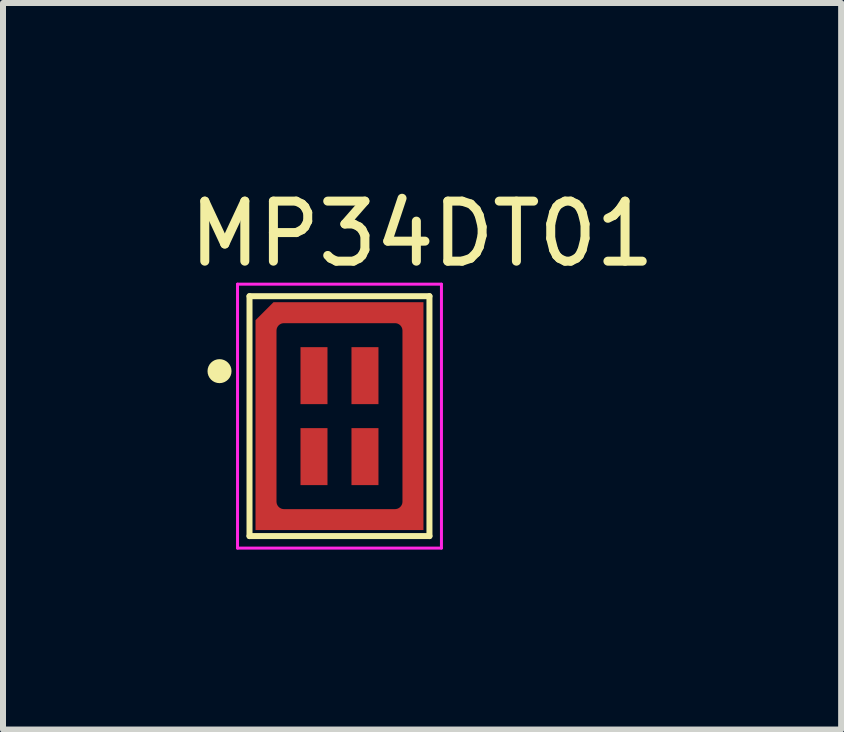
<source format=kicad_pcb>
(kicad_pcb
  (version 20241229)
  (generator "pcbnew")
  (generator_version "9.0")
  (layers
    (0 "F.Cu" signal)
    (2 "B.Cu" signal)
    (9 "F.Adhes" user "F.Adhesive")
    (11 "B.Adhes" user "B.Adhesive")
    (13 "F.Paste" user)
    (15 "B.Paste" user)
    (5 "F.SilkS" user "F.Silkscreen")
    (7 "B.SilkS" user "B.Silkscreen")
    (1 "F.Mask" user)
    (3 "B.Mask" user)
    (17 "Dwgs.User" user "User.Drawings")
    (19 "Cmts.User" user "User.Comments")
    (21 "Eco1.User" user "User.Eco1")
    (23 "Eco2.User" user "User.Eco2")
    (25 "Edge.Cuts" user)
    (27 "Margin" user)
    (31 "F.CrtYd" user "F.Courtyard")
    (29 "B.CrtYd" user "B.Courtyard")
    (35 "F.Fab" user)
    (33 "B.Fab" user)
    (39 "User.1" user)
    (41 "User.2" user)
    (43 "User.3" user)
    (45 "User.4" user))
  (footprint "MP34DT01"
    (layer "F.Cu")
    (at 2.61 3.888)
    (property "Reference" "MP34DT01" (at 1.377 -3.039 0) (layer "F.SilkS") (effects (font (size 1.001 1.001) (thickness 0.15))))
    (attr smd)
    (fp_poly (pts (xy -1.1 -1.9) (xy 1.4 -1.9) (xy 1.4 1.9) (xy 0 1.9) (xy 0 1.55) (xy 0.925 1.55) (xy 0.932 1.55) (xy 0.938 1.549) (xy 0.945 1.548) (xy 0.951 1.547) (xy 0.957 1.546) (xy 0.964 1.544) (xy 0.97 1.542) (xy 0.976 1.539) (xy 0.982 1.536) (xy 0.988 1.533) (xy 0.993 1.53) (xy 0.998 1.526) (xy 1.004 1.522) (xy 1.009 1.518) (xy 1.013 1.513) (xy 1.018 1.509) (xy 1.022 1.504) (xy 1.026 1.498) (xy 1.03 1.493) (xy 1.033 1.488) (xy 1.036 1.482) (xy 1.039 1.476) (xy 1.042 1.47) (xy 1.044 1.464) (xy 1.046 1.457) (xy 1.047 1.451) (xy 1.048 1.445) (xy 1.049 1.438) (xy 1.05 1.432) (xy 1.05 1.425) (xy 1.05 -1.425) (xy 1.05 -1.432) (xy 1.049 -1.438) (xy 1.048 -1.445) (xy 1.047 -1.451) (xy 1.046 -1.457) (xy 1.044 -1.464) (xy 1.042 -1.47) (xy 1.039 -1.476) (xy 1.036 -1.482) (xy 1.033 -1.488) (xy 1.03 -1.493) (xy 1.026 -1.498) (xy 1.022 -1.504) (xy 1.018 -1.509) (xy 1.013 -1.513) (xy 1.009 -1.518) (xy 1.004 -1.522) (xy 0.998 -1.526) (xy 0.993 -1.53) (xy 0.988 -1.533) (xy 0.982 -1.536) (xy 0.976 -1.539) (xy 0.97 -1.542) (xy 0.964 -1.544) (xy 0.957 -1.546) (xy 0.951 -1.547) (xy 0.945 -1.548) (xy 0.938 -1.549) (xy 0.932 -1.55) (xy 0.925 -1.55) (xy -0.925 -1.55) (xy -0.932 -1.55) (xy -0.938 -1.549) (xy -0.945 -1.548) (xy -0.951 -1.547) (xy -0.957 -1.546) (xy -0.964 -1.544) (xy -0.97 -1.542) (xy -0.976 -1.539) (xy -0.982 -1.536) (xy -0.988 -1.533) (xy -0.993 -1.53) (xy -0.998 -1.526) (xy -1.004 -1.522) (xy -1.009 -1.518) (xy -1.013 -1.513) (xy -1.018 -1.509) (xy -1.022 -1.504) (xy -1.026 -1.498) (xy -1.03 -1.493) (xy -1.033 -1.488) (xy -1.036 -1.482) (xy -1.039 -1.476) (xy -1.042 -1.47) (xy -1.044 -1.464) (xy -1.046 -1.457) (xy -1.047 -1.451) (xy -1.048 -1.445) (xy -1.049 -1.438) (xy -1.05 -1.432) (xy -1.05 -1.425) (xy -1.05 1.425) (xy -1.05 1.432) (xy -1.049 1.438) (xy -1.048 1.445) (xy -1.047 1.451) (xy -1.046 1.457) (xy -1.044 1.464) (xy -1.042 1.47) (xy -1.039 1.476) (xy -1.036 1.482) (xy -1.033 1.488) (xy -1.03 1.493) (xy -1.026 1.498) (xy -1.022 1.504) (xy -1.018 1.509) (xy -1.013 1.513) (xy -1.009 1.518) (xy -1.004 1.522) (xy -0.998 1.526) (xy -0.993 1.53) (xy -0.988 1.533) (xy -0.982 1.536) (xy -0.976 1.539) (xy -0.97 1.542) (xy -0.964 1.544) (xy -0.957 1.546) (xy -0.951 1.547) (xy -0.945 1.548) (xy -0.938 1.549) (xy -0.932 1.55) (xy -0.925 1.55) (xy 0 1.55) (xy 0 1.9) (xy -1.4 1.9) (xy -1.4 -1.6) (xy -1.1 -1.9)) (stroke (width 0) (type solid)) (fill yes) (layer "F.Mask"))
    (fp_line (start -1.5 -2) (end 1.5 -2) (stroke (width 0.1) (type solid)) (layer "F.SilkS"))
    (fp_line (start -1.5 2) (end -1.5 -2) (stroke (width 0.1) (type solid)) (layer "F.SilkS"))
    (fp_line (start 1.5 -2) (end 1.5 2) (stroke (width 0.1) (type solid)) (layer "F.SilkS"))
    (fp_line (start 1.5 2) (end -1.5 2) (stroke (width 0.1) (type solid)) (layer "F.SilkS"))
    (fp_circle (center -2 -0.75) (end -1.9 -0.75) (stroke (width 0.2) (type solid)) (fill no) (layer "F.SilkS"))
    (fp_poly (pts (xy -1.1 -1.9) (xy 1.4 -1.9) (xy 1.4 1.9) (xy 0 1.9) (xy 0 1.55) (xy 0.925 1.55) (xy 0.932 1.55) (xy 0.938 1.549) (xy 0.945 1.548) (xy 0.951 1.547) (xy 0.957 1.546) (xy 0.964 1.544) (xy 0.97 1.542) (xy 0.976 1.539) (xy 0.982 1.536) (xy 0.988 1.533) (xy 0.993 1.53) (xy 0.998 1.526) (xy 1.004 1.522) (xy 1.009 1.518) (xy 1.013 1.513) (xy 1.018 1.509) (xy 1.022 1.504) (xy 1.026 1.498) (xy 1.03 1.493) (xy 1.033 1.488) (xy 1.036 1.482) (xy 1.039 1.476) (xy 1.042 1.47) (xy 1.044 1.464) (xy 1.046 1.457) (xy 1.047 1.451) (xy 1.048 1.445) (xy 1.049 1.438) (xy 1.05 1.432) (xy 1.05 1.425) (xy 1.05 -1.425) (xy 1.05 -1.432) (xy 1.049 -1.438) (xy 1.048 -1.445) (xy 1.047 -1.451) (xy 1.046 -1.457) (xy 1.044 -1.464) (xy 1.042 -1.47) (xy 1.039 -1.476) (xy 1.036 -1.482) (xy 1.033 -1.488) (xy 1.03 -1.493) (xy 1.026 -1.498) (xy 1.022 -1.504) (xy 1.018 -1.509) (xy 1.013 -1.513) (xy 1.009 -1.518) (xy 1.004 -1.522) (xy 0.998 -1.526) (xy 0.993 -1.53) (xy 0.988 -1.533) (xy 0.982 -1.536) (xy 0.976 -1.539) (xy 0.97 -1.542) (xy 0.964 -1.544) (xy 0.957 -1.546) (xy 0.951 -1.547) (xy 0.945 -1.548) (xy 0.938 -1.549) (xy 0.932 -1.55) (xy 0.925 -1.55) (xy -0.925 -1.55) (xy -0.932 -1.55) (xy -0.938 -1.549) (xy -0.945 -1.548) (xy -0.951 -1.547) (xy -0.957 -1.546) (xy -0.964 -1.544) (xy -0.97 -1.542) (xy -0.976 -1.539) (xy -0.982 -1.536) (xy -0.988 -1.533) (xy -0.993 -1.53) (xy -0.998 -1.526) (xy -1.004 -1.522) (xy -1.009 -1.518) (xy -1.013 -1.513) (xy -1.018 -1.509) (xy -1.022 -1.504) (xy -1.026 -1.498) (xy -1.03 -1.493) (xy -1.033 -1.488) (xy -1.036 -1.482) (xy -1.039 -1.476) (xy -1.042 -1.47) (xy -1.044 -1.464) (xy -1.046 -1.457) (xy -1.047 -1.451) (xy -1.048 -1.445) (xy -1.049 -1.438) (xy -1.05 -1.432) (xy -1.05 -1.425) (xy -1.05 1.425) (xy -1.05 1.432) (xy -1.049 1.438) (xy -1.048 1.445) (xy -1.047 1.451) (xy -1.046 1.457) (xy -1.044 1.464) (xy -1.042 1.47) (xy -1.039 1.476) (xy -1.036 1.482) (xy -1.033 1.488) (xy -1.03 1.493) (xy -1.026 1.498) (xy -1.022 1.504) (xy -1.018 1.509) (xy -1.013 1.513) (xy -1.009 1.518) (xy -1.004 1.522) (xy -0.998 1.526) (xy -0.993 1.53) (xy -0.988 1.533) (xy -0.982 1.536) (xy -0.976 1.539) (xy -0.97 1.542) (xy -0.964 1.544) (xy -0.957 1.546) (xy -0.951 1.547) (xy -0.945 1.548) (xy -0.938 1.549) (xy -0.932 1.55) (xy -0.925 1.55) (xy 0 1.55) (xy 0 1.9) (xy -1.4 1.9) (xy -1.4 -1.6) (xy -1.1 -1.9)) (stroke (width 0) (type solid)) (fill yes) (layer "F.Paste"))
    (fp_line (start -1.7 -2.2) (end 1.7 -2.2) (stroke (width 0.05) (type solid)) (layer "F.CrtYd"))
    (fp_line (start -1.7 2.2) (end -1.7 -2.2) (stroke (width 0.05) (type solid)) (layer "F.CrtYd"))
    (fp_line (start 1.7 -2.2) (end 1.7 2.2) (stroke (width 0.05) (type solid)) (layer "F.CrtYd"))
    (fp_line (start 1.7 2.2) (end -1.7 2.2) (stroke (width 0.05) (type solid)) (layer "F.CrtYd"))
    (pad "1" smd rect (at -0.425 -0.675) (size 0.45 0.95) (layers "F.Cu" "F.Mask" "F.Paste"))
    (pad "2" smd rect (at -0.425 0.675) (size 0.45 0.95) (layers "F.Cu" "F.Mask" "F.Paste"))
    (pad "3" smd rect (at 0.425 0.675) (size 0.45 0.95) (layers "F.Cu" "F.Mask" "F.Paste"))
    (pad "4" smd rect (at 0.425 -0.675) (size 0.45 0.95) (layers "F.Cu" "F.Mask" "F.Paste"))
    (pad "5" smd custom (at -1 -1.75) (size 0.05 0.05) (layers "F.Cu" "F.Mask" "F.Paste") (options (anchor rect)) (primitives (gr_poly (pts (xy -0.1 -0.15) (xy 2.4 -0.15) (xy 2.4 3.65) (xy 1 3.65) (xy 1 3.3) (xy 1.925 3.3) (xy 1.932 3.3) (xy 1.938 3.299) (xy 1.945 3.298) (xy 1.951 3.297) (xy 1.957 3.296) (xy 1.964 3.294) (xy 1.97 3.292) (xy 1.976 3.289) (xy 1.982 3.286) (xy 1.988 3.283) (xy 1.993 3.28) (xy 1.998 3.276) (xy 2.004 3.272) (xy 2.009 3.268) (xy 2.013 3.263) (xy 2.018 3.259) (xy 2.022 3.254) (xy 2.026 3.248) (xy 2.03 3.243) (xy 2.033 3.238) (xy 2.036 3.232) (xy 2.039 3.226) (xy 2.042 3.22) (xy 2.044 3.214) (xy 2.046 3.207) (xy 2.047 3.201) (xy 2.048 3.195) (xy 2.049 3.188) (xy 2.05 3.182) (xy 2.05 3.175) (xy 2.05 0.325) (xy 2.05 0.318) (xy 2.049 0.312) (xy 2.048 0.305) (xy 2.047 0.299) (xy 2.046 0.293) (xy 2.044 0.286) (xy 2.042 0.28) (xy 2.039 0.274) (xy 2.036 0.268) (xy 2.033 0.262) (xy 2.03 0.257) (xy 2.026 0.252) (xy 2.022 0.246) (xy 2.018 0.241) (xy 2.013 0.237) (xy 2.009 0.232) (xy 2.004 0.228) (xy 1.998 0.224) (xy 1.993 0.22) (xy 1.988 0.217) (xy 1.982 0.214) (xy 1.976 0.211) (xy 1.97 0.208) (xy 1.964 0.206) (xy 1.957 0.204) (xy 1.951 0.203) (xy 1.945 0.202) (xy 1.938 0.201) (xy 1.932 0.2) (xy 1.925 0.2) (xy 0.075 0.2) (xy 0.068 0.2) (xy 0.062 0.201) (xy 0.055 0.202) (xy 0.049 0.203) (xy 0.043 0.204) (xy 0.036 0.206) (xy 0.03 0.208) (xy 0.024 0.211) (xy 0.018 0.214) (xy 0.012 0.217) (xy 0.007 0.22) (xy 0.002 0.224) (xy -0.004 0.228) (xy -0.009 0.232) (xy -0.013 0.237) (xy -0.018 0.241) (xy -0.022 0.246) (xy -0.026 0.252) (xy -0.03 0.257) (xy -0.033 0.262) (xy -0.036 0.268) (xy -0.039 0.274) (xy -0.042 0.28) (xy -0.044 0.286) (xy -0.046 0.293) (xy -0.047 0.299) (xy -0.048 0.305) (xy -0.049 0.312) (xy -0.05 0.318) (xy -0.05 0.325) (xy -0.05 3.175) (xy -0.05 3.182) (xy -0.049 3.188) (xy -0.048 3.195) (xy -0.047 3.201) (xy -0.046 3.207) (xy -0.044 3.214) (xy -0.042 3.22) (xy -0.039 3.226) (xy -0.036 3.232) (xy -0.033 3.238) (xy -0.03 3.243) (xy -0.026 3.248) (xy -0.022 3.254) (xy -0.018 3.259) (xy -0.013 3.263) (xy -0.009 3.268) (xy -0.004 3.272) (xy 0.002 3.276) (xy 0.007 3.28) (xy 0.012 3.283) (xy 0.018 3.286) (xy 0.024 3.289) (xy 0.03 3.292) (xy 0.036 3.294) (xy 0.043 3.296) (xy 0.049 3.297) (xy 0.055 3.298) (xy 0.062 3.299) (xy 0.068 3.3) (xy 0.075 3.3) (xy 1 3.3) (xy 1 3.65) (xy -0.4 3.65) (xy -0.4 0.15) (xy -0.1 -0.15)) (width 0) (fill yes)))))
  (gr_rect
    (start -3 -3)
    (end 10.974 9.113)
    (stroke (width 0.1) (type default))
    (fill no)
    (layer "Edge.Cuts")))
</source>
